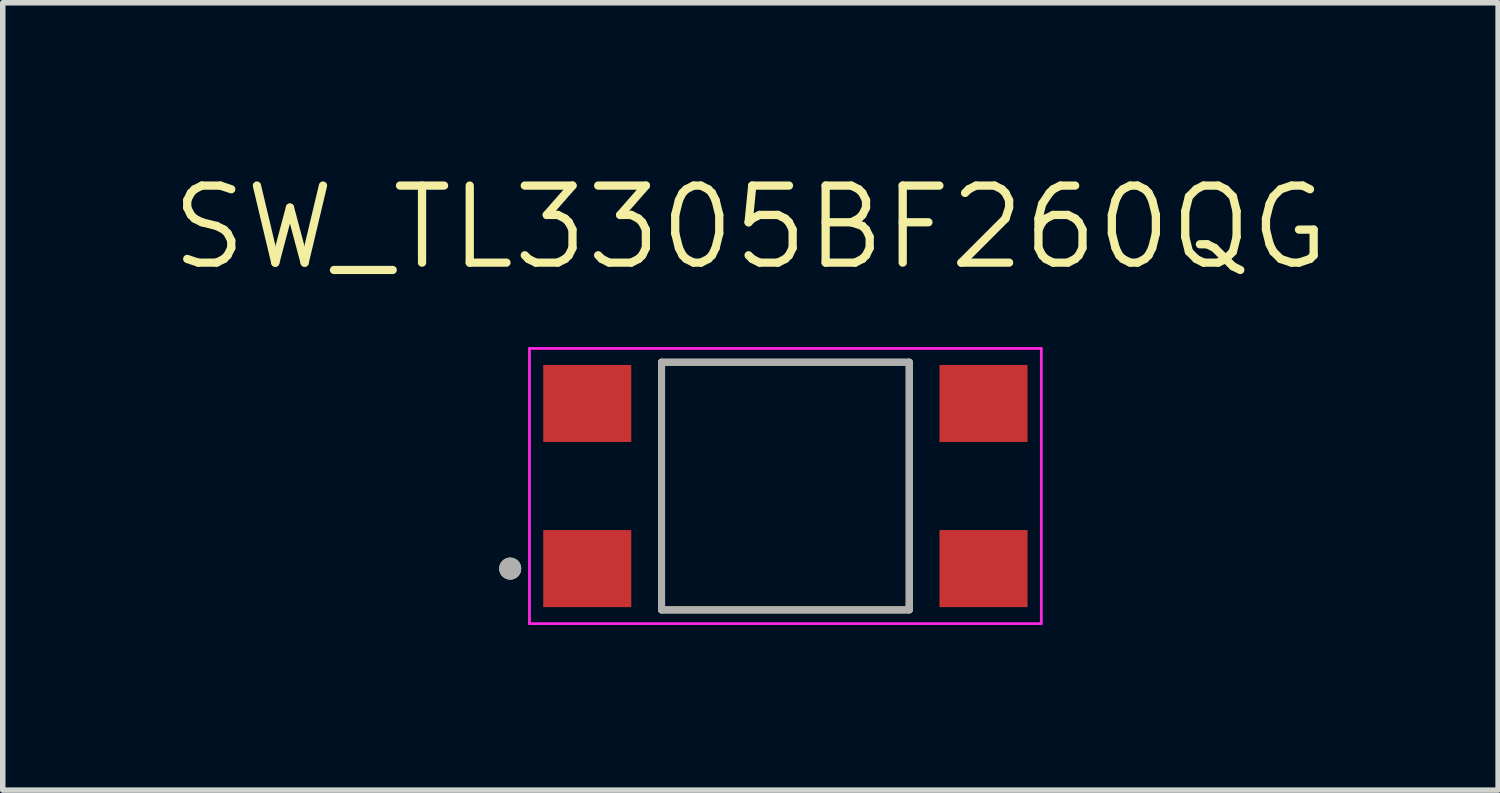
<source format=kicad_pcb>
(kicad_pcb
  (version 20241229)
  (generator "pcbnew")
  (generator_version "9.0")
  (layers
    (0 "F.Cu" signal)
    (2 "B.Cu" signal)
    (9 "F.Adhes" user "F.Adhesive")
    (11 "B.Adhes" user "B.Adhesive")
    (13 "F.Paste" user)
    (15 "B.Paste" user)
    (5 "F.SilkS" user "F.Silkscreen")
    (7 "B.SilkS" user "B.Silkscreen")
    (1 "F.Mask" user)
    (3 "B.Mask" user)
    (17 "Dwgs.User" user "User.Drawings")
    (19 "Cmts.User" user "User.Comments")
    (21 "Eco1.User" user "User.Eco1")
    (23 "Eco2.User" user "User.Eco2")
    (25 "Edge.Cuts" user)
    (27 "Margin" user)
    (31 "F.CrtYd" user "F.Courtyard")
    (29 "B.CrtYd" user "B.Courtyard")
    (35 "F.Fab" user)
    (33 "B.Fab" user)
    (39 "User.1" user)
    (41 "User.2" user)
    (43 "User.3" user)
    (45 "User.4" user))
  (footprint "SW_TL3305BF260QG"
    (layer "F.Cu")
    (at 11.22 5.781)
    (property "Reference" "SW_TL3305BF260QG" (at -0.635 -4.699 0) (layer "F.SilkS") (effects (font (size 1.4 1.4) (thickness 0.15))))
    (attr through_hole)
    (fp_line (start -2.25 -2.25) (end -2.25 2.25) (stroke (width 0.127) (type solid)) (layer "F.SilkS"))
    (fp_line (start -2.25 2.25) (end 2.25 2.25) (stroke (width 0.127) (type solid)) (layer "F.SilkS"))
    (fp_line (start 2.25 -2.25) (end -2.25 -2.25) (stroke (width 0.127) (type solid)) (layer "F.SilkS"))
    (fp_line (start 2.25 2.25) (end 2.25 -2.25) (stroke (width 0.127) (type solid)) (layer "F.SilkS"))
    (fp_circle (center -5 1.5) (end -4.9 1.5) (stroke (width 0.2) (type solid)) (fill no) (layer "F.SilkS"))
    (fp_line (start -4.65 -2.5) (end 4.65 -2.5) (stroke (width 0.05) (type solid)) (layer "F.CrtYd"))
    (fp_line (start -4.65 2.5) (end -4.65 -2.5) (stroke (width 0.05) (type solid)) (layer "F.CrtYd"))
    (fp_line (start 4.65 -2.5) (end 4.65 2.5) (stroke (width 0.05) (type solid)) (layer "F.CrtYd"))
    (fp_line (start 4.65 2.5) (end -4.65 2.5) (stroke (width 0.05) (type solid)) (layer "F.CrtYd"))
    (fp_line (start -2.25 -2.25) (end 2.25 -2.25) (stroke (width 0.127) (type solid)) (layer "F.Fab"))
    (fp_line (start -2.25 2.25) (end -2.25 -2.25) (stroke (width 0.127) (type solid)) (layer "F.Fab"))
    (fp_line (start 2.25 -2.25) (end 2.25 2.25) (stroke (width 0.127) (type solid)) (layer "F.Fab"))
    (fp_line (start 2.25 2.25) (end -2.25 2.25) (stroke (width 0.127) (type solid)) (layer "F.Fab"))
    (fp_circle (center -5 1.5) (end -4.9 1.5) (stroke (width 0.2) (type solid)) (fill no) (layer "F.Fab"))
    (pad "1" smd rect (at -3.6 1.5) (size 1.6 1.4) (layers "F.Cu" "F.Mask" "F.Paste"))
    (pad "2" smd rect (at 3.6 1.5) (size 1.6 1.4) (layers "F.Cu" "F.Mask" "F.Paste"))
    (pad "3" smd rect (at -3.6 -1.5) (size 1.6 1.4) (layers "F.Cu" "F.Mask" "F.Paste"))
    (pad "4" smd rect (at 3.6 -1.5) (size 1.6 1.4) (layers "F.Cu" "F.Mask" "F.Paste")))
  (gr_rect
    (start -3 -3)
    (end 24.17 11.306)
    (stroke (width 0.1) (type default))
    (fill no)
    (layer "Edge.Cuts")))
</source>
